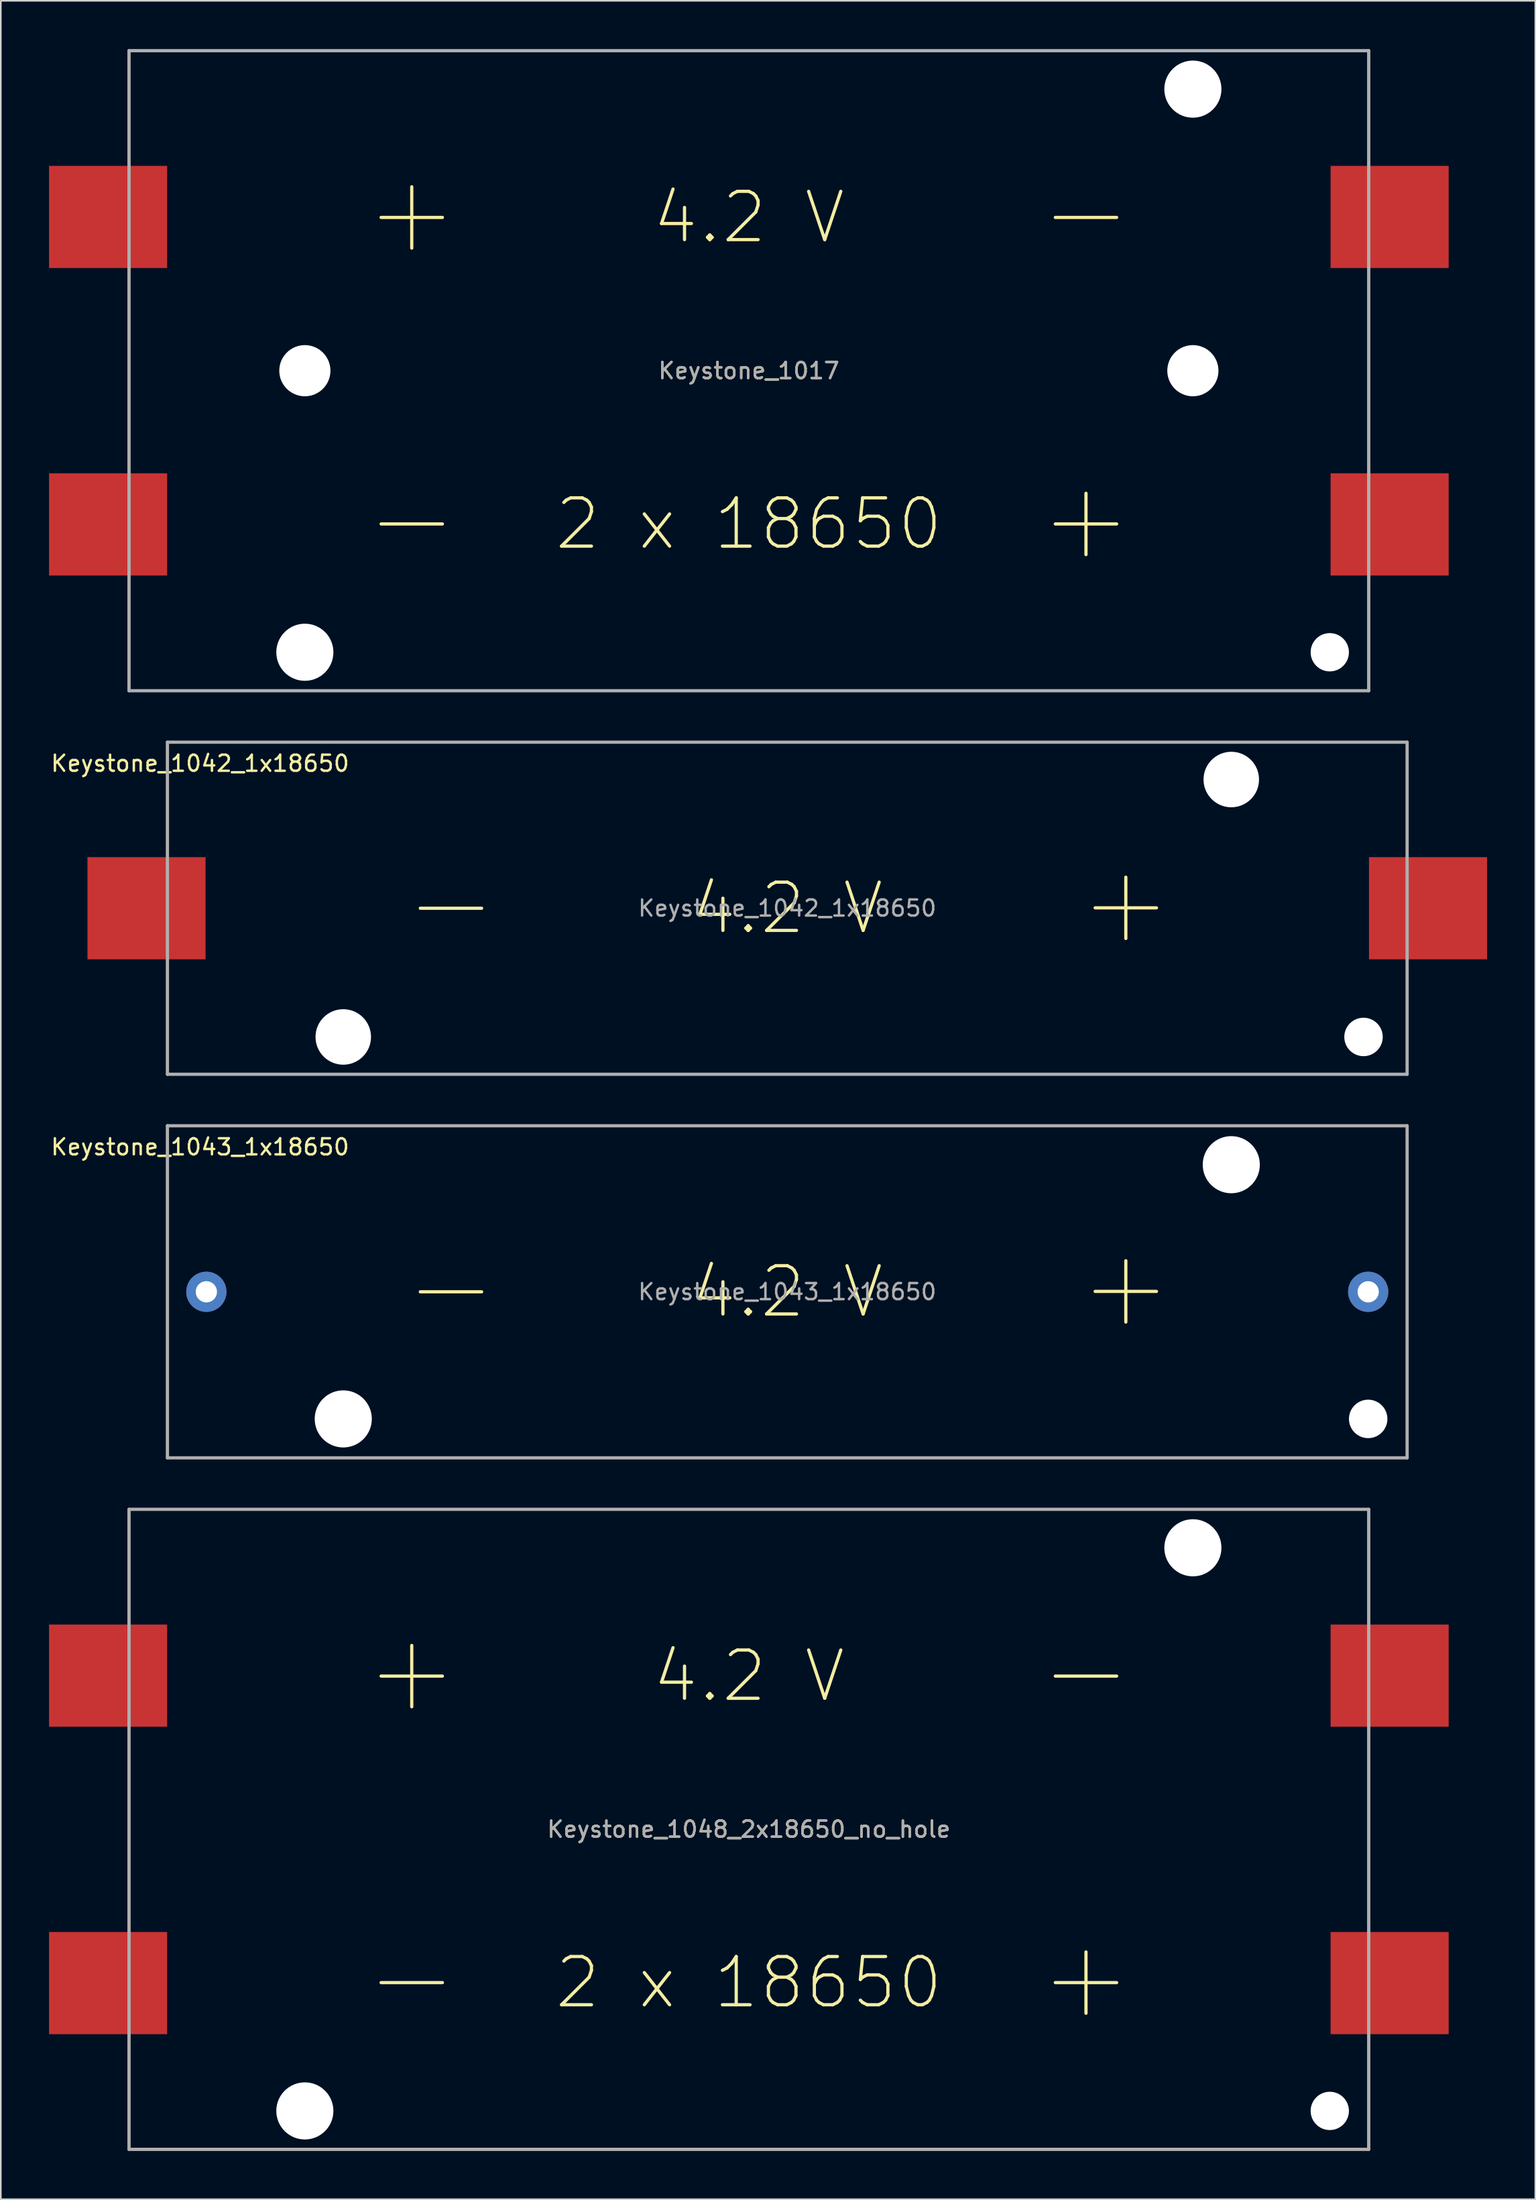
<source format=kicad_pcb>
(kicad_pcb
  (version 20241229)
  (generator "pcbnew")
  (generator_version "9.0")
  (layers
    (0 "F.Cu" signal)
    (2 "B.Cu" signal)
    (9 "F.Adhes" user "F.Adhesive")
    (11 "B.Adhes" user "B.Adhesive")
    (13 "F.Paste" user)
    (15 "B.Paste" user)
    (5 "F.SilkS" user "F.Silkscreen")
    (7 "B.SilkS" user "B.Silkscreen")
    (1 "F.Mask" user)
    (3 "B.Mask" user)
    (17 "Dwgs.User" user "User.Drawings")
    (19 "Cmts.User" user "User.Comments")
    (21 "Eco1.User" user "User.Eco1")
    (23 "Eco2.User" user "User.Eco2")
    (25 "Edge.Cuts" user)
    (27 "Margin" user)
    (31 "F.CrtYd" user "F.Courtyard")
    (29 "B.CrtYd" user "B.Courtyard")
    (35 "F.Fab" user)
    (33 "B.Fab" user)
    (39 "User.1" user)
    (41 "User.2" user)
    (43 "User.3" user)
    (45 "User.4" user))
  (footprint "Keystone_1017"
    (layer "F.Cu")
    (at 43.5 19.99)
    (property "Reference" "Keystone_1017" (at 0 0 0) (layer "F.SilkS") (effects (font (size 1 1) (thickness 0.15))))
    (attr smd)
    (fp_line (start -38.53 19.89) (end -38.53 -19.89) (stroke (width 0.15) (type solid)) (layer "F.SilkS"))
    (fp_line (start -22.86 -9.525) (end -19.05 -9.525) (stroke (width 0.2) (type solid)) (layer "F.SilkS"))
    (fp_line (start -22.86 9.525) (end -19.05 9.525) (stroke (width 0.2) (type solid)) (layer "F.SilkS"))
    (fp_line (start -20.955 -11.43) (end -20.955 -7.62) (stroke (width 0.2) (type solid)) (layer "F.SilkS"))
    (fp_line (start 19.05 -9.525) (end 22.86 -9.525) (stroke (width 0.2) (type solid)) (layer "F.SilkS"))
    (fp_line (start 19.05 9.525) (end 22.86 9.525) (stroke (width 0.2) (type solid)) (layer "F.SilkS"))
    (fp_line (start 20.955 11.43) (end 20.955 7.62) (stroke (width 0.2) (type solid)) (layer "F.SilkS"))
    (fp_line (start 38.53 -19.89) (end -38.53 -19.89) (stroke (width 0.15) (type solid)) (layer "F.SilkS"))
    (fp_line (start 38.53 19.89) (end -38.53 19.89) (stroke (width 0.15) (type solid)) (layer "F.SilkS"))
    (fp_line (start 38.53 19.89) (end 38.53 -19.89) (stroke (width 0.15) (type solid)) (layer "F.SilkS"))
    (fp_line (start -38.53 -19.89) (end 38.53 -19.89) (stroke (width 0.2) (type solid)) (layer "F.Fab"))
    (fp_line (start -38.53 19.89) (end -38.53 -19.89) (stroke (width 0.2) (type solid)) (layer "F.Fab"))
    (fp_line (start -38.53 19.89) (end 38.53 19.89) (stroke (width 0.2) (type solid)) (layer "F.Fab"))
    (fp_line (start 38.53 -19.89) (end 38.53 19.89) (stroke (width 0.2) (type solid)) (layer "F.Fab"))
    (fp_text user "2 x 18650" (at 0 9.525 0) (layer "F.SilkS") (effects (font (size 3 3) (thickness 0.2))))
    (fp_text user "4.2 V" (at 0 -9.525 0) (layer "F.SilkS") (effects (font (size 3 3) (thickness 0.2))))
    (fp_text user "${REFERENCE}" (at 0 0 0) (layer "F.Fab") (effects (font (size 1 1) (thickness 0.15))))
    (pad "" np_thru_hole circle (at -27.6 0) (size 3.18 3.18) (drill 3.18) (layers "*.Cu" "*.Mask"))
    (pad "" np_thru_hole circle (at -27.6 17.5) (size 3.55 3.55) (drill 3.55) (layers "*.Cu" "*.Mask"))
    (pad "" np_thru_hole circle (at 27.6 -17.5) (size 3.55 3.55) (drill 3.55) (layers "*.Cu" "*.Mask"))
    (pad "" np_thru_hole circle (at 27.6 0) (size 3.18 3.18) (drill 3.18) (layers "*.Cu" "*.Mask"))
    (pad "" np_thru_hole circle (at 36.11 17.5) (size 2.38 2.38) (drill 2.38) (layers "*.Cu" "*.Mask"))
    (pad "1" smd rect (at -39.83 -9.555) (size 7.34 6.35) (layers "F.Cu" "F.Mask" "F.Paste"))
    (pad "2" smd rect (at 39.83 -9.555) (size 7.34 6.35) (layers "F.Cu" "F.Mask" "F.Paste"))
    (pad "3" smd rect (at 39.83 9.555) (size 7.34 6.35) (layers "F.Cu" "F.Mask" "F.Paste"))
    (pad "4" smd rect (at -39.83 9.555) (size 7.34 6.35) (layers "F.Cu" "F.Mask" "F.Paste")))
  (footprint "Keystone_1048_2x18650_no_hole"
    (layer "F.Cu")
    (at 43.5 110.65)
    (property "Reference" "Keystone_1048_2x18650_no_hole" (at 0 0 0) (layer "F.SilkS") (effects (font (size 1 1) (thickness 0.15))))
    (attr smd)
    (fp_line (start -38.53 19.89) (end -38.53 -19.89) (stroke (width 0.15) (type solid)) (layer "F.SilkS"))
    (fp_line (start -22.86 -9.525) (end -19.05 -9.525) (stroke (width 0.2) (type solid)) (layer "F.SilkS"))
    (fp_line (start -22.86 9.525) (end -19.05 9.525) (stroke (width 0.2) (type solid)) (layer "F.SilkS"))
    (fp_line (start -20.955 -11.43) (end -20.955 -7.62) (stroke (width 0.2) (type solid)) (layer "F.SilkS"))
    (fp_line (start 19.05 -9.525) (end 22.86 -9.525) (stroke (width 0.2) (type solid)) (layer "F.SilkS"))
    (fp_line (start 19.05 9.525) (end 22.86 9.525) (stroke (width 0.2) (type solid)) (layer "F.SilkS"))
    (fp_line (start 20.955 11.43) (end 20.955 7.62) (stroke (width 0.2) (type solid)) (layer "F.SilkS"))
    (fp_line (start 38.53 -19.89) (end -38.53 -19.89) (stroke (width 0.15) (type solid)) (layer "F.SilkS"))
    (fp_line (start 38.53 19.89) (end -38.53 19.89) (stroke (width 0.15) (type solid)) (layer "F.SilkS"))
    (fp_line (start 38.53 19.89) (end 38.53 -19.89) (stroke (width 0.15) (type solid)) (layer "F.SilkS"))
    (fp_line (start -38.53 -19.89) (end 38.53 -19.89) (stroke (width 0.2) (type solid)) (layer "F.Fab"))
    (fp_line (start -38.53 19.89) (end -38.53 -19.89) (stroke (width 0.2) (type solid)) (layer "F.Fab"))
    (fp_line (start -38.53 19.89) (end 38.53 19.89) (stroke (width 0.2) (type solid)) (layer "F.Fab"))
    (fp_line (start 38.53 -19.89) (end 38.53 19.89) (stroke (width 0.2) (type solid)) (layer "F.Fab"))
    (fp_text user "4.2 V" (at 0 -9.525 0) (layer "F.SilkS") (effects (font (size 3 3) (thickness 0.2))))
    (fp_text user "2 x 18650" (at 0 9.525 0) (layer "F.SilkS") (effects (font (size 3 3) (thickness 0.2))))
    (fp_text user "${REFERENCE}" (at 0 0 0) (layer "F.Fab") (effects (font (size 1 1) (thickness 0.15))))
    (pad "" np_thru_hole circle (at -27.6 17.5) (size 3.55 3.55) (drill 3.55) (layers "*.Cu" "*.Mask"))
    (pad "" np_thru_hole circle (at 27.6 -17.5) (size 3.55 3.55) (drill 3.55) (layers "*.Cu" "*.Mask"))
    (pad "" np_thru_hole circle (at 36.11 17.5) (size 2.38 2.38) (drill 2.38) (layers "*.Cu" "*.Mask"))
    (pad "1" smd rect (at -39.83 -9.555) (size 7.34 6.35) (layers "F.Cu" "F.Mask" "F.Paste"))
    (pad "2" smd rect (at 39.83 -9.555) (size 7.34 6.35) (layers "F.Cu" "F.Mask" "F.Paste"))
    (pad "3" smd rect (at 39.83 9.555) (size 7.34 6.35) (layers "F.Cu" "F.Mask" "F.Paste"))
    (pad "4" smd rect (at -39.83 9.555) (size 7.34 6.35) (layers "F.Cu" "F.Mask" "F.Paste")))
  (footprint "Keystone_1043_1x18650"
    (layer "F.Cu")
    (at 45.887 77.24)
    (property "Reference" "Keystone_1043_1x18650" (at -36.5 -9 0) (layer "F.SilkS") (effects (font (size 1 1) (thickness 0.15))))
    (attr smd)
    (fp_line (start -38.53 10.32) (end -38.53 -10.32) (stroke (width 0.15) (type solid)) (layer "F.SilkS"))
    (fp_line (start -22.81 0) (end -19 0) (stroke (width 0.2) (type solid)) (layer "F.SilkS"))
    (fp_line (start 19.14 -0.025) (end 22.95 -0.025) (stroke (width 0.2) (type solid)) (layer "F.SilkS"))
    (fp_line (start 21.045 -1.93) (end 21.045 1.88) (stroke (width 0.2) (type solid)) (layer "F.SilkS"))
    (fp_line (start 38.53 -10.32) (end -38.53 -10.32) (stroke (width 0.15) (type solid)) (layer "F.SilkS"))
    (fp_line (start 38.53 10.32) (end -38.53 10.32) (stroke (width 0.15) (type solid)) (layer "F.SilkS"))
    (fp_line (start 38.53 10.32) (end 38.53 -10.32) (stroke (width 0.15) (type solid)) (layer "F.SilkS"))
    (fp_line (start -38.53 -10.32) (end 38.53 -10.32) (stroke (width 0.2) (type solid)) (layer "F.Fab"))
    (fp_line (start -38.53 10.32) (end -38.53 -10.32) (stroke (width 0.2) (type solid)) (layer "F.Fab"))
    (fp_line (start -38.53 10.32) (end 38.53 10.32) (stroke (width 0.2) (type solid)) (layer "F.Fab"))
    (fp_line (start 38.53 -10.32) (end 38.53 10.32) (stroke (width 0.2) (type solid)) (layer "F.Fab"))
    (fp_text user "4.2 V" (at 0 0 0) (layer "F.SilkS") (effects (font (size 3 3) (thickness 0.2))))
    (fp_text user "${REFERENCE}" (at 0 0 0) (layer "F.Fab") (effects (font (size 1 1) (thickness 0.15))))
    (pad "" np_thru_hole circle (at -27.6 7.9) (size 3.55 3.55) (drill 3.55) (layers "*.Cu" "*.Mask"))
    (pad "" np_thru_hole circle (at 27.6 -7.9) (size 3.55 3.55) (drill 3.55) (layers "*.Cu" "*.Mask"))
    (pad "" np_thru_hole circle (at 36.11 7.9) (size 2.39 2.39) (drill 2.39) (layers "*.Cu" "*.Mask"))
    (pad "1" thru_hole circle (at 36.11 0) (size 2.5 2.5) (drill 1.32) (layers "*.Cu" "*.Mask"))
    (pad "2" thru_hole circle (at -36.11 0) (size 2.5 2.5) (drill 1.32) (layers "*.Cu" "*.Mask")))
  (footprint "Keystone_1042_1x18650"
    (layer "F.Cu")
    (at 45.887 53.4)
    (property "Reference" "Keystone_1042_1x18650" (at -36.5 -9 0) (layer "F.SilkS") (effects (font (size 1 1) (thickness 0.15))))
    (attr smd)
    (fp_line (start -38.53 10.32) (end -38.53 -10.32) (stroke (width 0.15) (type solid)) (layer "F.SilkS"))
    (fp_line (start -22.81 0) (end -19 0) (stroke (width 0.2) (type solid)) (layer "F.SilkS"))
    (fp_line (start 19.14 -0.025) (end 22.95 -0.025) (stroke (width 0.2) (type solid)) (layer "F.SilkS"))
    (fp_line (start 21.045 -1.93) (end 21.045 1.88) (stroke (width 0.2) (type solid)) (layer "F.SilkS"))
    (fp_line (start 38.53 -10.32) (end -38.53 -10.32) (stroke (width 0.15) (type solid)) (layer "F.SilkS"))
    (fp_line (start 38.53 10.32) (end -38.53 10.32) (stroke (width 0.15) (type solid)) (layer "F.SilkS"))
    (fp_line (start 38.53 10.32) (end 38.53 -10.32) (stroke (width 0.15) (type solid)) (layer "F.SilkS"))
    (fp_line (start -38.53 -10.32) (end 38.53 -10.32) (stroke (width 0.2) (type solid)) (layer "F.Fab"))
    (fp_line (start -38.53 10.32) (end -38.53 -10.32) (stroke (width 0.2) (type solid)) (layer "F.Fab"))
    (fp_line (start -38.53 10.32) (end 38.53 10.32) (stroke (width 0.2) (type solid)) (layer "F.Fab"))
    (fp_line (start 38.53 -10.32) (end 38.53 10.32) (stroke (width 0.2) (type solid)) (layer "F.Fab"))
    (fp_text user "4.2 V" (at 0 0 0) (layer "F.SilkS") (effects (font (size 3 3) (thickness 0.2))))
    (fp_text user "${REFERENCE}" (at 0 0 0) (layer "F.Fab") (effects (font (size 1 1) (thickness 0.15))))
    (pad "" np_thru_hole circle (at -27.6 8) (size 3.45 3.45) (drill 3.45) (layers "*.Cu" "*.Mask"))
    (pad "" np_thru_hole circle (at 27.6 -8) (size 3.45 3.45) (drill 3.45) (layers "*.Cu" "*.Mask"))
    (pad "" np_thru_hole circle (at 35.82 8) (size 2.39 2.39) (drill 2.39) (layers "*.Cu" "*.Mask"))
    (pad "1" smd rect (at 39.83 0) (size 7.34 6.35) (layers "F.Cu" "F.Mask" "F.Paste"))
    (pad "2" smd rect (at -39.83 0) (size 7.34 6.35) (layers "F.Cu" "F.Mask" "F.Paste")))
  (gr_rect
    (start -3 -3)
    (end 92.387 133.64)
    (stroke (width 0.1) (type default))
    (fill no)
    (layer "Edge.Cuts")))
</source>
